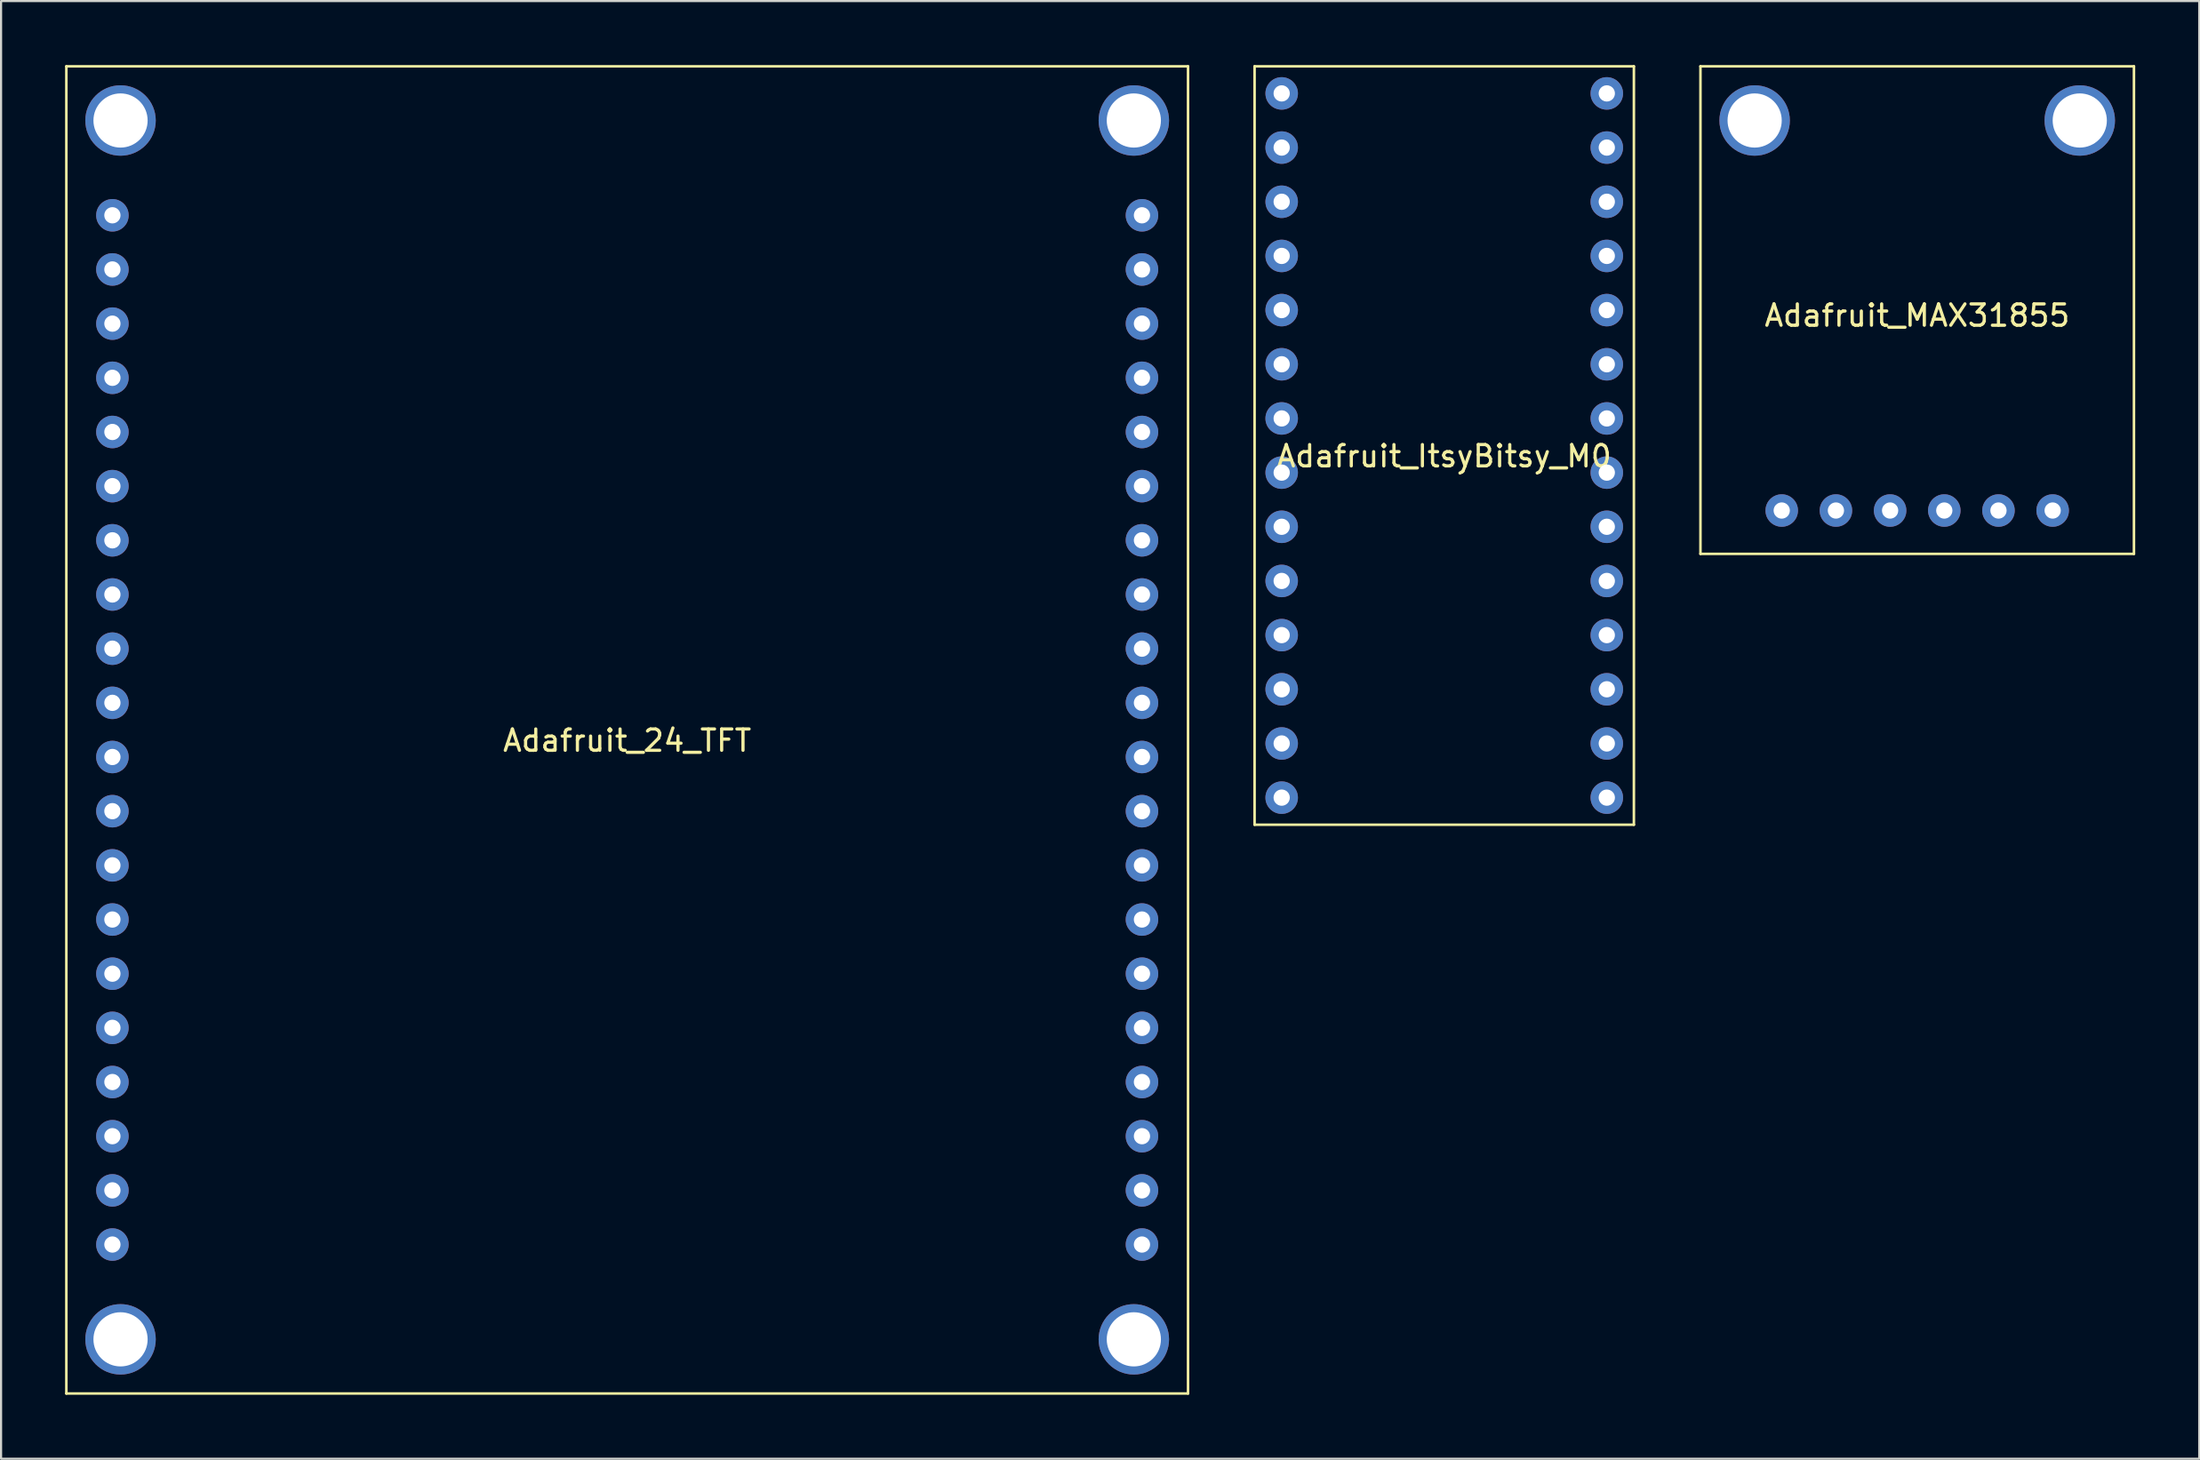
<source format=kicad_pcb>
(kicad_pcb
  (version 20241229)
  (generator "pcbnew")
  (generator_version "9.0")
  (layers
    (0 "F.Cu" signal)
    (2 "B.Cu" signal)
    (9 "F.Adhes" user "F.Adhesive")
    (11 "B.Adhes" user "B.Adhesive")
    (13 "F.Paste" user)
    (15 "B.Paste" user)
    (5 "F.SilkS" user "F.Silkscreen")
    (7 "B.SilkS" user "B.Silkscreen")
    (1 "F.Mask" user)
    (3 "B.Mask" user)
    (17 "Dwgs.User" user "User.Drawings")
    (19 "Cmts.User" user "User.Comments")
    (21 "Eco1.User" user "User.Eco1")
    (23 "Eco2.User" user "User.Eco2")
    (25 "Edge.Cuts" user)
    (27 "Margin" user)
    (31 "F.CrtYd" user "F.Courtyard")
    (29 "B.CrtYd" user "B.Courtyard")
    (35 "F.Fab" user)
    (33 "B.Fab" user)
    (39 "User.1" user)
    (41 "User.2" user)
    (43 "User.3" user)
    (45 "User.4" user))
  (footprint "Adafruit_MAX31855"
    (layer "F.Cu")
    (at 86.818 11.744)
    (property "Reference" "Adafruit_MAX31855" (at 0 0 0) (layer "F.SilkS") (effects (font (size 1 1) (thickness 0.15))))
    (attr through_hole)
    (fp_line (start -10.16 -11.684) (end -10.16 11.176) (stroke (width 0.12) (type solid)) (layer "F.SilkS"))
    (fp_line (start -10.16 -11.684) (end 10.16 -11.684) (stroke (width 0.12) (type solid)) (layer "F.SilkS"))
    (fp_line (start -10.16 11.176) (end 10.16 11.176) (stroke (width 0.12) (type solid)) (layer "F.SilkS"))
    (fp_line (start 10.16 -11.684) (end 10.16 11.176) (stroke (width 0.12) (type solid)) (layer "F.SilkS"))
    (pad "" thru_hole circle (at -7.62 -9.144) (size 3.302 3.302) (drill 2.54) (layers "*.Cu" "*.Mask"))
    (pad "" thru_hole circle (at 7.62 -9.144) (size 3.302 3.302) (drill 2.54) (layers "*.Cu" "*.Mask"))
    (pad "1" thru_hole circle (at -6.35 9.144 90) (size 1.524 1.524) (drill 0.762) (layers "*.Cu" "*.Mask"))
    (pad "2" thru_hole circle (at -3.81 9.144 90) (size 1.524 1.524) (drill 0.762) (layers "*.Cu" "*.Mask"))
    (pad "3" thru_hole circle (at -1.27 9.144 90) (size 1.524 1.524) (drill 0.762) (layers "*.Cu" "*.Mask"))
    (pad "4" thru_hole circle (at 1.27 9.144 90) (size 1.524 1.524) (drill 0.762) (layers "*.Cu" "*.Mask"))
    (pad "5" thru_hole circle (at 3.81 9.144 90) (size 1.524 1.524) (drill 0.762) (layers "*.Cu" "*.Mask"))
    (pad "6" thru_hole circle (at 6.35 9.144 90) (size 1.524 1.524) (drill 0.762) (layers "*.Cu" "*.Mask")))
  (footprint "Adafruit_ItsyBitsy_M0"
    (layer "F.Cu")
    (at 64.648 17.84)
    (property "Reference" "Adafruit_ItsyBitsy_M0" (at 0 0.5 0) (layer "F.SilkS") (effects (font (size 1 1) (thickness 0.15))))
    (attr through_hole)
    (fp_line (start -8.89 -17.78) (end -8.89 17.78) (stroke (width 0.12) (type solid)) (layer "F.SilkS"))
    (fp_line (start -8.89 -17.78) (end 8.89 -17.78) (stroke (width 0.12) (type solid)) (layer "F.SilkS"))
    (fp_line (start -8.89 17.78) (end 8.89 17.78) (stroke (width 0.12) (type solid)) (layer "F.SilkS"))
    (fp_line (start 8.89 -17.78) (end 8.89 17.78) (stroke (width 0.12) (type solid)) (layer "F.SilkS"))
    (pad "1" thru_hole circle (at -7.62 -16.51) (size 1.524 1.524) (drill 0.762) (layers "*.Cu" "*.Mask"))
    (pad "2" thru_hole circle (at -7.62 -13.97) (size 1.524 1.524) (drill 0.762) (layers "*.Cu" "*.Mask"))
    (pad "3" thru_hole circle (at -7.62 -11.43) (size 1.524 1.524) (drill 0.762) (layers "*.Cu" "*.Mask"))
    (pad "4" thru_hole circle (at -7.62 -8.89) (size 1.524 1.524) (drill 0.762) (layers "*.Cu" "*.Mask"))
    (pad "5" thru_hole circle (at -7.62 -6.35) (size 1.524 1.524) (drill 0.762) (layers "*.Cu" "*.Mask"))
    (pad "6" thru_hole circle (at -7.62 -3.81) (size 1.524 1.524) (drill 0.762) (layers "*.Cu" "*.Mask"))
    (pad "7" thru_hole circle (at -7.62 -1.27) (size 1.524 1.524) (drill 0.762) (layers "*.Cu" "*.Mask"))
    (pad "8" thru_hole circle (at -7.62 1.27) (size 1.524 1.524) (drill 0.762) (layers "*.Cu" "*.Mask"))
    (pad "9" thru_hole circle (at -7.62 3.81) (size 1.524 1.524) (drill 0.762) (layers "*.Cu" "*.Mask"))
    (pad "10" thru_hole circle (at -7.62 6.35) (size 1.524 1.524) (drill 0.762) (layers "*.Cu" "*.Mask"))
    (pad "11" thru_hole circle (at -7.62 8.89) (size 1.524 1.524) (drill 0.762) (layers "*.Cu" "*.Mask"))
    (pad "12" thru_hole circle (at -7.62 11.43) (size 1.524 1.524) (drill 0.762) (layers "*.Cu" "*.Mask"))
    (pad "13" thru_hole circle (at -7.62 13.97) (size 1.524 1.524) (drill 0.762) (layers "*.Cu" "*.Mask"))
    (pad "14" thru_hole circle (at -7.62 16.51) (size 1.524 1.524) (drill 0.762) (layers "*.Cu" "*.Mask"))
    (pad "15" thru_hole circle (at 7.62 16.51) (size 1.524 1.524) (drill 0.762) (layers "*.Cu" "*.Mask"))
    (pad "16" thru_hole circle (at 7.62 13.97) (size 1.524 1.524) (drill 0.762) (layers "*.Cu" "*.Mask"))
    (pad "17" thru_hole circle (at 7.62 11.43) (size 1.524 1.524) (drill 0.762) (layers "*.Cu" "*.Mask"))
    (pad "18" thru_hole circle (at 7.62 8.89) (size 1.524 1.524) (drill 0.762) (layers "*.Cu" "*.Mask"))
    (pad "19" thru_hole circle (at 7.62 6.35) (size 1.524 1.524) (drill 0.762) (layers "*.Cu" "*.Mask"))
    (pad "20" thru_hole circle (at 7.62 3.81) (size 1.524 1.524) (drill 0.762) (layers "*.Cu" "*.Mask"))
    (pad "21" thru_hole circle (at 7.62 1.27) (size 1.524 1.524) (drill 0.762) (layers "*.Cu" "*.Mask"))
    (pad "22" thru_hole circle (at 7.62 -1.27) (size 1.524 1.524) (drill 0.762) (layers "*.Cu" "*.Mask"))
    (pad "23" thru_hole circle (at 7.62 -3.81) (size 1.524 1.524) (drill 0.762) (layers "*.Cu" "*.Mask"))
    (pad "24" thru_hole circle (at 7.62 -6.35) (size 1.524 1.524) (drill 0.762) (layers "*.Cu" "*.Mask"))
    (pad "25" thru_hole circle (at 7.62 -8.89) (size 1.524 1.524) (drill 0.762) (layers "*.Cu" "*.Mask"))
    (pad "26" thru_hole circle (at 7.62 -11.43) (size 1.524 1.524) (drill 0.762) (layers "*.Cu" "*.Mask"))
    (pad "27" thru_hole circle (at 7.62 -13.97) (size 1.524 1.524) (drill 0.762) (layers "*.Cu" "*.Mask"))
    (pad "28" thru_hole circle (at 7.62 -16.51) (size 1.524 1.524) (drill 0.762) (layers "*.Cu" "*.Mask")))
  (footprint "Adafruit_24_TFT"
    (layer "F.Cu")
    (at 26.349 31.175)
    (property "Reference" "Adafruit_24_TFT" (at 0 0.5 0) (layer "F.SilkS") (effects (font (size 1 1) (thickness 0.15))))
    (attr through_hole)
    (fp_line (start -26.289 -31.115) (end -26.289 31.115) (stroke (width 0.12) (type solid)) (layer "F.SilkS"))
    (fp_line (start -26.289 -31.115) (end 26.289 -31.115) (stroke (width 0.12) (type solid)) (layer "F.SilkS"))
    (fp_line (start -26.289 31.115) (end 26.289 31.115) (stroke (width 0.12) (type solid)) (layer "F.SilkS"))
    (fp_line (start 26.289 -31.115) (end 26.289 31.115) (stroke (width 0.12) (type solid)) (layer "F.SilkS"))
    (pad "" thru_hole circle (at -23.749 -28.575) (size 3.302 3.302) (drill 2.54) (layers "*.Cu" "*.Mask"))
    (pad "" thru_hole circle (at -23.749 28.575) (size 3.302 3.302) (drill 2.54) (layers "*.Cu" "*.Mask"))
    (pad "" thru_hole circle (at 23.749 -28.575) (size 3.302 3.302) (drill 2.54) (layers "*.Cu" "*.Mask"))
    (pad "" thru_hole circle (at 23.749 28.575) (size 3.302 3.302) (drill 2.54) (layers "*.Cu" "*.Mask"))
    (pad "1" thru_hole circle (at -24.13 -24.13) (size 1.524 1.524) (drill 0.762) (layers "*.Cu" "*.Mask"))
    (pad "2" thru_hole circle (at -24.13 -21.59) (size 1.524 1.524) (drill 0.762) (layers "*.Cu" "*.Mask"))
    (pad "3" thru_hole circle (at -24.13 -19.05) (size 1.524 1.524) (drill 0.762) (layers "*.Cu" "*.Mask"))
    (pad "4" thru_hole circle (at -24.13 -16.51) (size 1.524 1.524) (drill 0.762) (layers "*.Cu" "*.Mask"))
    (pad "5" thru_hole circle (at -24.13 -13.97) (size 1.524 1.524) (drill 0.762) (layers "*.Cu" "*.Mask"))
    (pad "6" thru_hole circle (at -24.13 -11.43) (size 1.524 1.524) (drill 0.762) (layers "*.Cu" "*.Mask"))
    (pad "7" thru_hole circle (at -24.13 -8.89) (size 1.524 1.524) (drill 0.762) (layers "*.Cu" "*.Mask"))
    (pad "8" thru_hole circle (at -24.13 -6.35) (size 1.524 1.524) (drill 0.762) (layers "*.Cu" "*.Mask"))
    (pad "9" thru_hole circle (at -24.13 -3.81) (size 1.524 1.524) (drill 0.762) (layers "*.Cu" "*.Mask"))
    (pad "10" thru_hole circle (at -24.13 -1.27) (size 1.524 1.524) (drill 0.762) (layers "*.Cu" "*.Mask"))
    (pad "11" thru_hole circle (at -24.13 1.27) (size 1.524 1.524) (drill 0.762) (layers "*.Cu" "*.Mask"))
    (pad "12" thru_hole circle (at -24.13 3.81) (size 1.524 1.524) (drill 0.762) (layers "*.Cu" "*.Mask"))
    (pad "13" thru_hole circle (at -24.13 6.35) (size 1.524 1.524) (drill 0.762) (layers "*.Cu" "*.Mask"))
    (pad "14" thru_hole circle (at -24.13 8.89) (size 1.524 1.524) (drill 0.762) (layers "*.Cu" "*.Mask"))
    (pad "15" thru_hole circle (at -24.13 11.43) (size 1.524 1.524) (drill 0.762) (layers "*.Cu" "*.Mask"))
    (pad "16" thru_hole circle (at -24.13 13.97) (size 1.524 1.524) (drill 0.762) (layers "*.Cu" "*.Mask"))
    (pad "17" thru_hole circle (at -24.13 16.51) (size 1.524 1.524) (drill 0.762) (layers "*.Cu" "*.Mask"))
    (pad "18" thru_hole circle (at -24.13 19.05) (size 1.524 1.524) (drill 0.762) (layers "*.Cu" "*.Mask"))
    (pad "19" thru_hole circle (at -24.13 21.59) (size 1.524 1.524) (drill 0.762) (layers "*.Cu" "*.Mask"))
    (pad "20" thru_hole circle (at -24.13 24.13) (size 1.524 1.524) (drill 0.762) (layers "*.Cu" "*.Mask"))
    (pad "21" thru_hole circle (at 24.13 24.13) (size 1.524 1.524) (drill 0.762) (layers "*.Cu" "*.Mask"))
    (pad "22" thru_hole circle (at 24.13 21.59) (size 1.524 1.524) (drill 0.762) (layers "*.Cu" "*.Mask"))
    (pad "23" thru_hole circle (at 24.13 19.05) (size 1.524 1.524) (drill 0.762) (layers "*.Cu" "*.Mask"))
    (pad "24" thru_hole circle (at 24.13 16.51) (size 1.524 1.524) (drill 0.762) (layers "*.Cu" "*.Mask"))
    (pad "25" thru_hole circle (at 24.13 13.97) (size 1.524 1.524) (drill 0.762) (layers "*.Cu" "*.Mask"))
    (pad "26" thru_hole circle (at 24.13 11.43) (size 1.524 1.524) (drill 0.762) (layers "*.Cu" "*.Mask"))
    (pad "27" thru_hole circle (at 24.13 8.89) (size 1.524 1.524) (drill 0.762) (layers "*.Cu" "*.Mask"))
    (pad "28" thru_hole circle (at 24.13 6.35) (size 1.524 1.524) (drill 0.762) (layers "*.Cu" "*.Mask"))
    (pad "29" thru_hole circle (at 24.13 3.81) (size 1.524 1.524) (drill 0.762) (layers "*.Cu" "*.Mask"))
    (pad "30" thru_hole circle (at 24.13 1.27) (size 1.524 1.524) (drill 0.762) (layers "*.Cu" "*.Mask"))
    (pad "31" thru_hole circle (at 24.13 -1.27) (size 1.524 1.524) (drill 0.762) (layers "*.Cu" "*.Mask"))
    (pad "32" thru_hole circle (at 24.13 -3.81) (size 1.524 1.524) (drill 0.762) (layers "*.Cu" "*.Mask"))
    (pad "33" thru_hole circle (at 24.13 -6.35) (size 1.524 1.524) (drill 0.762) (layers "*.Cu" "*.Mask"))
    (pad "34" thru_hole circle (at 24.13 -8.89) (size 1.524 1.524) (drill 0.762) (layers "*.Cu" "*.Mask"))
    (pad "35" thru_hole circle (at 24.13 -11.43) (size 1.524 1.524) (drill 0.762) (layers "*.Cu" "*.Mask"))
    (pad "36" thru_hole circle (at 24.13 -13.97) (size 1.524 1.524) (drill 0.762) (layers "*.Cu" "*.Mask"))
    (pad "37" thru_hole circle (at 24.13 -16.51) (size 1.524 1.524) (drill 0.762) (layers "*.Cu" "*.Mask"))
    (pad "38" thru_hole circle (at 24.13 -19.05) (size 1.524 1.524) (drill 0.762) (layers "*.Cu" "*.Mask"))
    (pad "39" thru_hole circle (at 24.13 -21.59) (size 1.524 1.524) (drill 0.762) (layers "*.Cu" "*.Mask"))
    (pad "40" thru_hole circle (at 24.13 -24.13) (size 1.524 1.524) (drill 0.762) (layers "*.Cu" "*.Mask")))
  (gr_rect
    (start -3 -3)
    (end 100.038 65.35)
    (stroke (width 0.1) (type default))
    (fill no)
    (layer "Edge.Cuts")))
</source>
